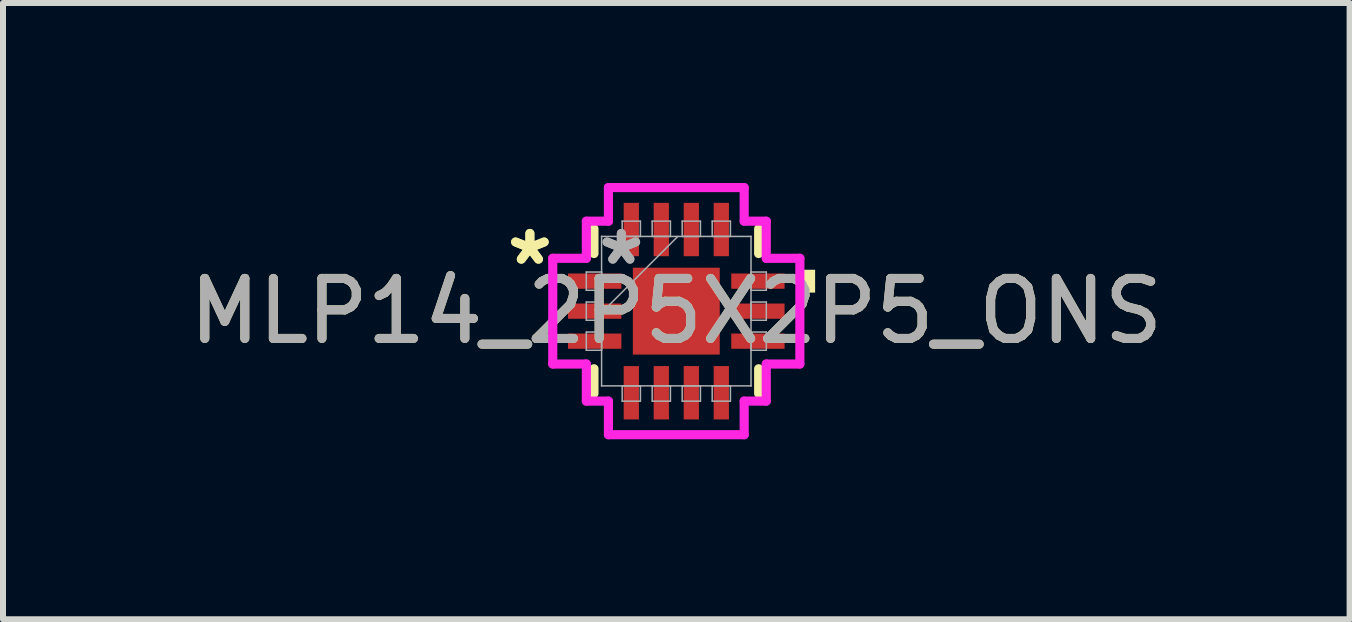
<source format=kicad_pcb>
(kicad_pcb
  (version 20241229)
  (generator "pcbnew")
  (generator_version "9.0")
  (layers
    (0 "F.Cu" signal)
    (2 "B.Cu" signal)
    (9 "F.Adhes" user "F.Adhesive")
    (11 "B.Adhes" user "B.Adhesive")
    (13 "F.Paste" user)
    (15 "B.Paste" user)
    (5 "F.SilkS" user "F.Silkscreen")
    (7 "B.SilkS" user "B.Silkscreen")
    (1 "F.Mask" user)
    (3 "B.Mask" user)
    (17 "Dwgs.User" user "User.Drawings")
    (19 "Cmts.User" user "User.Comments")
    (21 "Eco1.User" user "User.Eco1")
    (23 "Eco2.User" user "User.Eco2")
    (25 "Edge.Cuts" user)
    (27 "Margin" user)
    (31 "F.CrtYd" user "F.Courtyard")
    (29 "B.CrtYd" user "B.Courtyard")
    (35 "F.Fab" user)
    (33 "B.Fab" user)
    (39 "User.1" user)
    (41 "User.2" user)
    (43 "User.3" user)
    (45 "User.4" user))
  (footprint "MLP14_2P5X2P5_ONS"
    (layer "F.Cu")
    (at 8.22 2.135)
    (property "Reference" "MLP14_2P5X2P5_ONS" (at 0 0 0) (unlocked yes) (layer "F.SilkS") (effects (font (size 1 1) (thickness 0.15))))
    (attr smd)
    (fp_line (start -1.372 -1.372) (end -1.372 -0.96) (stroke (width 0.152) (type solid)) (layer "F.SilkS"))
    (fp_line (start -1.372 0.96) (end -1.372 1.372) (stroke (width 0.152) (type solid)) (layer "F.SilkS"))
    (fp_line (start 1.372 -0.96) (end 1.372 -1.372) (stroke (width 0.152) (type solid)) (layer "F.SilkS"))
    (fp_line (start 1.372 1.372) (end 1.372 0.96) (stroke (width 0.152) (type solid)) (layer "F.SilkS"))
    (fp_poly (pts (xy 2.313 -0.69) (xy 2.313 -0.309) (xy 2.059 -0.309) (xy 2.059 -0.69)) (stroke (width 0) (type solid)) (fill yes) (layer "F.SilkS"))
    (fp_line (start -2.059 -0.881) (end -1.499 -0.881) (stroke (width 0.152) (type solid)) (layer "F.CrtYd"))
    (fp_line (start -2.059 0.881) (end -2.059 -0.881) (stroke (width 0.152) (type solid)) (layer "F.CrtYd"))
    (fp_line (start -1.499 -1.499) (end -1.131 -1.499) (stroke (width 0.152) (type solid)) (layer "F.CrtYd"))
    (fp_line (start -1.499 -0.881) (end -1.499 -1.499) (stroke (width 0.152) (type solid)) (layer "F.CrtYd"))
    (fp_line (start -1.499 0.881) (end -2.059 0.881) (stroke (width 0.152) (type solid)) (layer "F.CrtYd"))
    (fp_line (start -1.499 1.499) (end -1.499 0.881) (stroke (width 0.152) (type solid)) (layer "F.CrtYd"))
    (fp_line (start -1.131 -2.059) (end 1.131 -2.059) (stroke (width 0.152) (type solid)) (layer "F.CrtYd"))
    (fp_line (start -1.131 -1.499) (end -1.131 -2.059) (stroke (width 0.152) (type solid)) (layer "F.CrtYd"))
    (fp_line (start -1.131 1.499) (end -1.499 1.499) (stroke (width 0.152) (type solid)) (layer "F.CrtYd"))
    (fp_line (start -1.131 2.059) (end -1.131 1.499) (stroke (width 0.152) (type solid)) (layer "F.CrtYd"))
    (fp_line (start 1.131 -2.059) (end 1.131 -1.499) (stroke (width 0.152) (type solid)) (layer "F.CrtYd"))
    (fp_line (start 1.131 -1.499) (end 1.499 -1.499) (stroke (width 0.152) (type solid)) (layer "F.CrtYd"))
    (fp_line (start 1.131 1.499) (end 1.131 2.059) (stroke (width 0.152) (type solid)) (layer "F.CrtYd"))
    (fp_line (start 1.131 2.059) (end -1.131 2.059) (stroke (width 0.152) (type solid)) (layer "F.CrtYd"))
    (fp_line (start 1.499 -1.499) (end 1.499 -0.881) (stroke (width 0.152) (type solid)) (layer "F.CrtYd"))
    (fp_line (start 1.499 -0.881) (end 2.059 -0.881) (stroke (width 0.152) (type solid)) (layer "F.CrtYd"))
    (fp_line (start 1.499 0.881) (end 1.499 1.499) (stroke (width 0.152) (type solid)) (layer "F.CrtYd"))
    (fp_line (start 1.499 1.499) (end 1.131 1.499) (stroke (width 0.152) (type solid)) (layer "F.CrtYd"))
    (fp_line (start 2.059 -0.881) (end 2.059 0.881) (stroke (width 0.152) (type solid)) (layer "F.CrtYd"))
    (fp_line (start 2.059 0.881) (end 1.499 0.881) (stroke (width 0.152) (type solid)) (layer "F.CrtYd"))
    (fp_line (start -1.5 -0.652) (end -1.5 -0.348) (stroke (width 0.025) (type solid)) (layer "F.Fab"))
    (fp_line (start -1.5 -0.348) (end -1.245 -0.348) (stroke (width 0.025) (type solid)) (layer "F.Fab"))
    (fp_line (start -1.5 -0.152) (end -1.5 0.152) (stroke (width 0.025) (type solid)) (layer "F.Fab"))
    (fp_line (start -1.5 0.152) (end -1.245 0.152) (stroke (width 0.025) (type solid)) (layer "F.Fab"))
    (fp_line (start -1.5 0.348) (end -1.5 0.652) (stroke (width 0.025) (type solid)) (layer "F.Fab"))
    (fp_line (start -1.5 0.652) (end -1.245 0.652) (stroke (width 0.025) (type solid)) (layer "F.Fab"))
    (fp_line (start -1.245 -1.245) (end -1.245 -1.245) (stroke (width 0.025) (type solid)) (layer "F.Fab"))
    (fp_line (start -1.245 -1.245) (end -1.245 1.245) (stroke (width 0.025) (type solid)) (layer "F.Fab"))
    (fp_line (start -1.245 -0.652) (end -1.5 -0.652) (stroke (width 0.025) (type solid)) (layer "F.Fab"))
    (fp_line (start -1.245 -0.348) (end -1.245 -0.652) (stroke (width 0.025) (type solid)) (layer "F.Fab"))
    (fp_line (start -1.245 -0.152) (end -1.5 -0.152) (stroke (width 0.025) (type solid)) (layer "F.Fab"))
    (fp_line (start -1.245 0.025) (end 0.025 -1.245) (stroke (width 0.025) (type solid)) (layer "F.Fab"))
    (fp_line (start -1.245 0.152) (end -1.245 -0.152) (stroke (width 0.025) (type solid)) (layer "F.Fab"))
    (fp_line (start -1.245 0.348) (end -1.5 0.348) (stroke (width 0.025) (type solid)) (layer "F.Fab"))
    (fp_line (start -1.245 0.652) (end -1.245 0.348) (stroke (width 0.025) (type solid)) (layer "F.Fab"))
    (fp_line (start -1.245 1.245) (end -1.245 1.245) (stroke (width 0.025) (type solid)) (layer "F.Fab"))
    (fp_line (start -1.245 1.245) (end 1.245 1.245) (stroke (width 0.025) (type solid)) (layer "F.Fab"))
    (fp_line (start -0.902 -1.5) (end -0.902 -1.245) (stroke (width 0.025) (type solid)) (layer "F.Fab"))
    (fp_line (start -0.902 -1.245) (end -0.598 -1.245) (stroke (width 0.025) (type solid)) (layer "F.Fab"))
    (fp_line (start -0.902 1.245) (end -0.902 1.5) (stroke (width 0.025) (type solid)) (layer "F.Fab"))
    (fp_line (start -0.902 1.5) (end -0.598 1.5) (stroke (width 0.025) (type solid)) (layer "F.Fab"))
    (fp_line (start -0.598 -1.5) (end -0.902 -1.5) (stroke (width 0.025) (type solid)) (layer "F.Fab"))
    (fp_line (start -0.598 -1.245) (end -0.598 -1.5) (stroke (width 0.025) (type solid)) (layer "F.Fab"))
    (fp_line (start -0.598 1.245) (end -0.902 1.245) (stroke (width 0.025) (type solid)) (layer "F.Fab"))
    (fp_line (start -0.598 1.5) (end -0.598 1.245) (stroke (width 0.025) (type solid)) (layer "F.Fab"))
    (fp_line (start -0.402 -1.5) (end -0.402 -1.245) (stroke (width 0.025) (type solid)) (layer "F.Fab"))
    (fp_line (start -0.402 -1.245) (end -0.098 -1.245) (stroke (width 0.025) (type solid)) (layer "F.Fab"))
    (fp_line (start -0.402 1.245) (end -0.402 1.5) (stroke (width 0.025) (type solid)) (layer "F.Fab"))
    (fp_line (start -0.402 1.5) (end -0.098 1.5) (stroke (width 0.025) (type solid)) (layer "F.Fab"))
    (fp_line (start -0.098 -1.5) (end -0.402 -1.5) (stroke (width 0.025) (type solid)) (layer "F.Fab"))
    (fp_line (start -0.098 -1.245) (end -0.098 -1.5) (stroke (width 0.025) (type solid)) (layer "F.Fab"))
    (fp_line (start -0.098 1.245) (end -0.402 1.245) (stroke (width 0.025) (type solid)) (layer "F.Fab"))
    (fp_line (start -0.098 1.5) (end -0.098 1.245) (stroke (width 0.025) (type solid)) (layer "F.Fab"))
    (fp_line (start 0.098 -1.5) (end 0.098 -1.245) (stroke (width 0.025) (type solid)) (layer "F.Fab"))
    (fp_line (start 0.098 -1.245) (end 0.402 -1.245) (stroke (width 0.025) (type solid)) (layer "F.Fab"))
    (fp_line (start 0.098 1.245) (end 0.098 1.5) (stroke (width 0.025) (type solid)) (layer "F.Fab"))
    (fp_line (start 0.098 1.5) (end 0.402 1.5) (stroke (width 0.025) (type solid)) (layer "F.Fab"))
    (fp_line (start 0.402 -1.5) (end 0.098 -1.5) (stroke (width 0.025) (type solid)) (layer "F.Fab"))
    (fp_line (start 0.402 -1.245) (end 0.402 -1.5) (stroke (width 0.025) (type solid)) (layer "F.Fab"))
    (fp_line (start 0.402 1.245) (end 0.098 1.245) (stroke (width 0.025) (type solid)) (layer "F.Fab"))
    (fp_line (start 0.402 1.5) (end 0.402 1.245) (stroke (width 0.025) (type solid)) (layer "F.Fab"))
    (fp_line (start 0.598 -1.5) (end 0.598 -1.245) (stroke (width 0.025) (type solid)) (layer "F.Fab"))
    (fp_line (start 0.598 -1.245) (end 0.902 -1.245) (stroke (width 0.025) (type solid)) (layer "F.Fab"))
    (fp_line (start 0.598 1.245) (end 0.598 1.5) (stroke (width 0.025) (type solid)) (layer "F.Fab"))
    (fp_line (start 0.598 1.5) (end 0.902 1.5) (stroke (width 0.025) (type solid)) (layer "F.Fab"))
    (fp_line (start 0.902 -1.5) (end 0.598 -1.5) (stroke (width 0.025) (type solid)) (layer "F.Fab"))
    (fp_line (start 0.902 -1.245) (end 0.902 -1.5) (stroke (width 0.025) (type solid)) (layer "F.Fab"))
    (fp_line (start 0.902 1.245) (end 0.598 1.245) (stroke (width 0.025) (type solid)) (layer "F.Fab"))
    (fp_line (start 0.902 1.5) (end 0.902 1.245) (stroke (width 0.025) (type solid)) (layer "F.Fab"))
    (fp_line (start 1.245 -1.245) (end -1.245 -1.245) (stroke (width 0.025) (type solid)) (layer "F.Fab"))
    (fp_line (start 1.245 -1.245) (end 1.245 -1.245) (stroke (width 0.025) (type solid)) (layer "F.Fab"))
    (fp_line (start 1.245 -0.652) (end 1.245 -0.348) (stroke (width 0.025) (type solid)) (layer "F.Fab"))
    (fp_line (start 1.245 -0.348) (end 1.5 -0.348) (stroke (width 0.025) (type solid)) (layer "F.Fab"))
    (fp_line (start 1.245 -0.152) (end 1.245 0.152) (stroke (width 0.025) (type solid)) (layer "F.Fab"))
    (fp_line (start 1.245 0.152) (end 1.5 0.152) (stroke (width 0.025) (type solid)) (layer "F.Fab"))
    (fp_line (start 1.245 0.348) (end 1.245 0.652) (stroke (width 0.025) (type solid)) (layer "F.Fab"))
    (fp_line (start 1.245 0.652) (end 1.5 0.652) (stroke (width 0.025) (type solid)) (layer "F.Fab"))
    (fp_line (start 1.245 1.245) (end 1.245 -1.245) (stroke (width 0.025) (type solid)) (layer "F.Fab"))
    (fp_line (start 1.245 1.245) (end 1.245 1.245) (stroke (width 0.025) (type solid)) (layer "F.Fab"))
    (fp_line (start 1.5 -0.652) (end 1.245 -0.652) (stroke (width 0.025) (type solid)) (layer "F.Fab"))
    (fp_line (start 1.5 -0.348) (end 1.5 -0.652) (stroke (width 0.025) (type solid)) (layer "F.Fab"))
    (fp_line (start 1.5 -0.152) (end 1.245 -0.152) (stroke (width 0.025) (type solid)) (layer "F.Fab"))
    (fp_line (start 1.5 0.152) (end 1.5 -0.152) (stroke (width 0.025) (type solid)) (layer "F.Fab"))
    (fp_line (start 1.5 0.348) (end 1.245 0.348) (stroke (width 0.025) (type solid)) (layer "F.Fab"))
    (fp_line (start 1.5 0.652) (end 1.5 0.348) (stroke (width 0.025) (type solid)) (layer "F.Fab"))
    (fp_text user "*" (at -2.44 -0.75 0) (layer "F.SilkS") (effects (font (size 1 1) (thickness 0.15))))
    (fp_text user "*" (at -2.44 -0.75 0) (unlocked yes) (layer "F.SilkS") (effects (font (size 1 1) (thickness 0.15))))
    (fp_text user "${REFERENCE}" (at 0 0 0) (unlocked yes) (layer "F.Fab") (effects (font (size 1 1) (thickness 0.15))))
    (fp_text user "*" (at -0.916 -0.75 0) (layer "F.Fab") (effects (font (size 1 1) (thickness 0.15))))
    (fp_text user "*" (at -0.916 -0.75 0) (unlocked yes) (layer "F.Fab") (effects (font (size 1 1) (thickness 0.15))))
    (pad "1" smd rect (at -1.36 -0.5 90) (size 0.254 0.889) (layers "F.Cu" "F.Mask" "F.Paste"))
    (pad "2" smd rect (at -1.36 0 90) (size 0.254 0.889) (layers "F.Cu" "F.Mask" "F.Paste"))
    (pad "3" smd rect (at -1.36 0.5 90) (size 0.254 0.889) (layers "F.Cu" "F.Mask" "F.Paste"))
    (pad "4" smd rect (at -0.75 1.36) (size 0.254 0.889) (layers "F.Cu" "F.Mask" "F.Paste"))
    (pad "5" smd rect (at -0.25 1.36) (size 0.254 0.889) (layers "F.Cu" "F.Mask" "F.Paste"))
    (pad "6" smd rect (at 0.25 1.36) (size 0.254 0.889) (layers "F.Cu" "F.Mask" "F.Paste"))
    (pad "7" smd rect (at 0.75 1.36) (size 0.254 0.889) (layers "F.Cu" "F.Mask" "F.Paste"))
    (pad "8" smd rect (at 1.36 0.5 90) (size 0.254 0.889) (layers "F.Cu" "F.Mask" "F.Paste"))
    (pad "9" smd rect (at 1.36 0 90) (size 0.254 0.889) (layers "F.Cu" "F.Mask" "F.Paste"))
    (pad "10" smd rect (at 1.36 -0.5 90) (size 0.254 0.889) (layers "F.Cu" "F.Mask" "F.Paste"))
    (pad "11" smd rect (at 0.75 -1.36) (size 0.254 0.889) (layers "F.Cu" "F.Mask" "F.Paste"))
    (pad "12" smd rect (at 0.25 -1.36) (size 0.254 0.889) (layers "F.Cu" "F.Mask" "F.Paste"))
    (pad "13" smd rect (at -0.25 -1.36) (size 0.254 0.889) (layers "F.Cu" "F.Mask" "F.Paste"))
    (pad "14" smd rect (at -0.75 -1.36) (size 0.254 0.889) (layers "F.Cu" "F.Mask" "F.Paste"))
    (pad "15" smd rect (at 0 0) (size 1.448 1.448) (layers "F.Cu" "F.Mask" "F.Paste")))
  (gr_rect
    (start -3 -3)
    (end 19.44 7.27)
    (stroke (width 0.1) (type default))
    (fill no)
    (layer "Edge.Cuts")))
</source>
